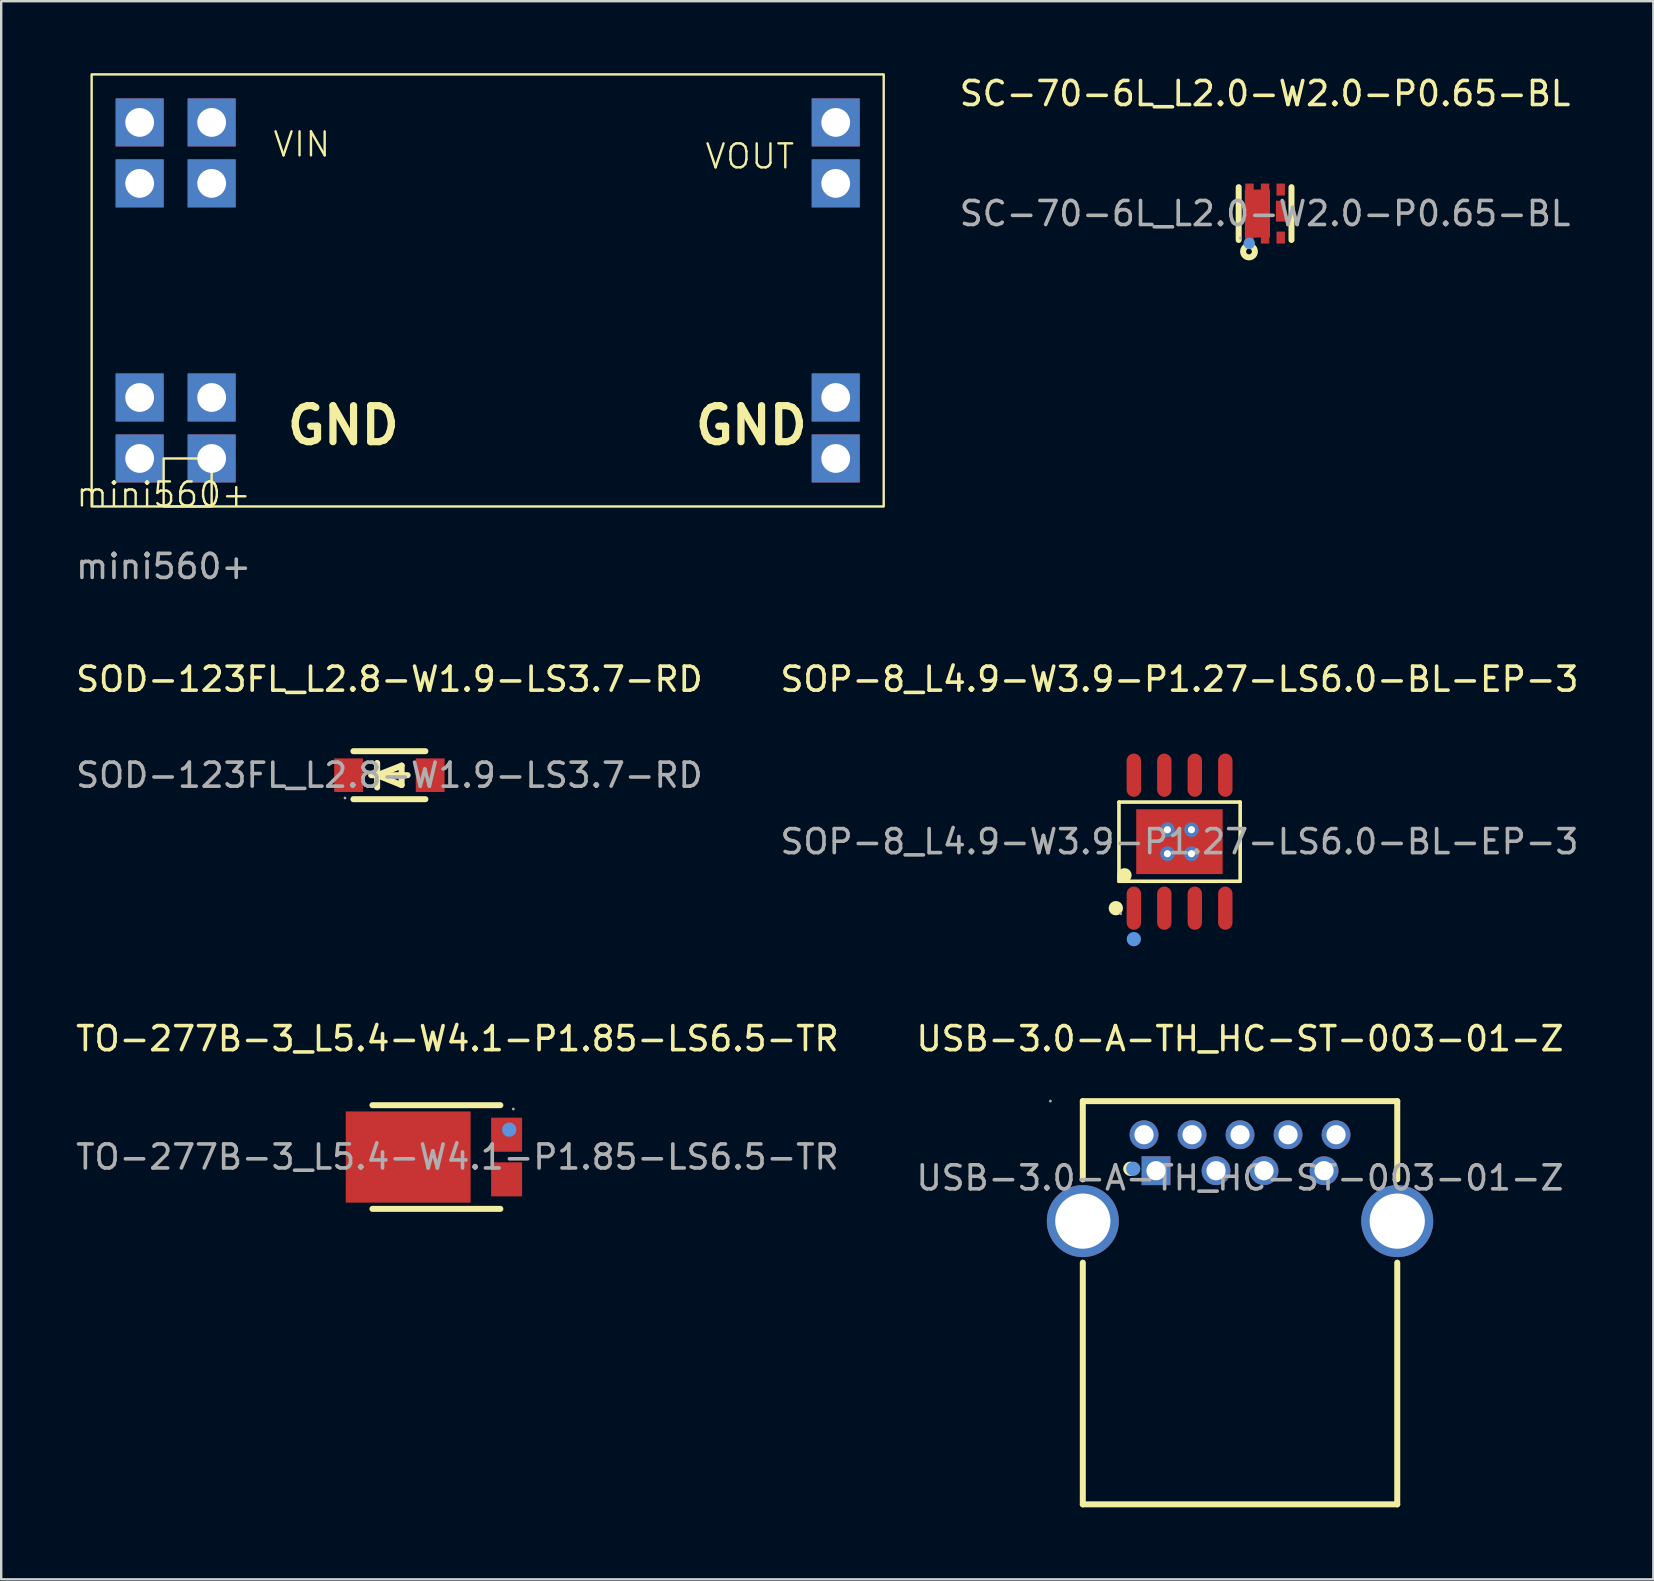
<source format=kicad_pcb>
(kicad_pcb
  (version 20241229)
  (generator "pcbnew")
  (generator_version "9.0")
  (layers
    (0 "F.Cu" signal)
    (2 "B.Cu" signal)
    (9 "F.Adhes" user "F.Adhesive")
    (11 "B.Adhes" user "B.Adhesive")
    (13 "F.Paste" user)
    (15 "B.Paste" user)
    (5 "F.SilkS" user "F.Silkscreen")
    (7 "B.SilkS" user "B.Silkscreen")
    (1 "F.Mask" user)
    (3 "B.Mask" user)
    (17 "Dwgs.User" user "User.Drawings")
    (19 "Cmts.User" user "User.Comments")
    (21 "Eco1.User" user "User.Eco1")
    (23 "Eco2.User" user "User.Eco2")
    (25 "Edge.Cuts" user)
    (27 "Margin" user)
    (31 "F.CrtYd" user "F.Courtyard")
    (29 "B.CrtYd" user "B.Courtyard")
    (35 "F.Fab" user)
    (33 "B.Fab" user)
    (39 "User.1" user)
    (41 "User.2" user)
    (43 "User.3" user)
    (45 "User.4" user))
  (footprint "mini560+"
    (layer "F.Cu")
    (at 3.768 18.05)
    (property "Reference" "mini560+" (at 0 -0.5 0) (unlocked yes) (layer "F.SilkS") (effects (font (size 1 1) (thickness 0.1))))
    (attr smd)
    (fp_rect (start -3 -18) (end 30 0) (stroke (width 0.1) (type default)) (fill no) (layer "F.SilkS"))
    (fp_rect (start 0 -2) (end 2 0) (stroke (width 0.1) (type default)) (fill no) (layer "F.SilkS"))
    (fp_text user "GND" (at 22 -2.5 0) (unlocked yes) (layer "F.SilkS") (effects (font (size 1.5 1.5) (thickness 0.3) (bold yes)) (justify left bottom)))
    (fp_text user "VOUT" (at 22.5 -14 0) (unlocked yes) (layer "F.SilkS") (effects (font (size 1 1) (thickness 0.1)) (justify left bottom)))
    (fp_text user "GND" (at 5 -2.5 0) (unlocked yes) (layer "F.SilkS") (effects (font (size 1.5 1.5) (thickness 0.3) (bold yes)) (justify left bottom)))
    (fp_text user "VIN" (at 4.5 -14.5 0) (unlocked yes) (layer "F.SilkS") (effects (font (size 1 1) (thickness 0.1)) (justify left bottom)))
    (fp_text user "${REFERENCE}" (at 0 2.5 0) (unlocked yes) (layer "F.Fab") (effects (font (size 1 1) (thickness 0.15))))
    (pad "1" thru_hole rect (at -1 -4.54) (size 2 2) (drill 1.2) (layers "*.Cu" "*.Mask"))
    (pad "1" thru_hole rect (at -1 -2) (size 2 2) (drill 1.2) (layers "*.Cu" "*.Mask"))
    (pad "1" thru_hole rect (at 2 -4.54) (size 2 2) (drill 1.2) (layers "*.Cu" "*.Mask"))
    (pad "1" thru_hole rect (at 2 -2) (size 2 2) (drill 1.2) (layers "*.Cu" "*.Mask"))
    (pad "2" thru_hole rect (at -1 -16) (size 2 2) (drill 1.2) (layers "*.Cu" "*.Mask"))
    (pad "2" thru_hole rect (at -1 -13.46) (size 2 2) (drill 1.2) (layers "*.Cu" "*.Mask"))
    (pad "2" thru_hole rect (at 2 -16) (size 2 2) (drill 1.2) (layers "*.Cu" "*.Mask"))
    (pad "2" thru_hole rect (at 2 -13.46) (size 2 2) (drill 1.2) (layers "*.Cu" "*.Mask"))
    (pad "3" thru_hole rect (at 28 -4.54) (size 2 2) (drill 1.2) (layers "*.Cu" "*.Mask"))
    (pad "3" thru_hole rect (at 28 -2) (size 2 2) (drill 1.2) (layers "*.Cu" "*.Mask"))
    (pad "4" thru_hole rect (at 28 -16) (size 2 2) (drill 1.2) (layers "*.Cu" "*.Mask"))
    (pad "4" thru_hole rect (at 28 -13.46) (size 2 2) (drill 1.2) (layers "*.Cu" "*.Mask")))
  (footprint "SOD-123FL_L2.8-W1.9-LS3.7-RD"
    (layer "F.Cu")
    (at 13.173 29.247)
    (property "Reference" "SOD-123FL_L2.8-W1.9-LS3.7-RD" (at 0 -4 0) (layer "F.SilkS") (effects (font (size 1 1) (thickness 0.15))))
    (attr smd)
    (fp_line (start -1.5 -1) (end 1.5 -1) (stroke (width 0.25) (type solid)) (layer "F.SilkS"))
    (fp_line (start -1.5 1) (end 1.5 1) (stroke (width 0.25) (type solid)) (layer "F.SilkS"))
    (fp_line (start -0.76 0) (end 0.76 0) (stroke (width 0.25) (type solid)) (layer "F.SilkS"))
    (fp_line (start -0.51 0) (end 0.51 0.41) (stroke (width 0.25) (type solid)) (layer "F.SilkS"))
    (fp_line (start -0.51 0.51) (end -0.51 -0.51) (stroke (width 0.25) (type solid)) (layer "F.SilkS"))
    (fp_line (start 0.51 -0.4) (end -0.51 0) (stroke (width 0.25) (type solid)) (layer "F.SilkS"))
    (fp_line (start 0.51 0.41) (end 0.51 -0.4) (stroke (width 0.25) (type solid)) (layer "F.SilkS"))
    (fp_circle (center -1.85 0.95) (end -1.82 0.95) (stroke (width 0.06) (type solid)) (fill no) (layer "F.Fab"))
    (fp_text user "${REFERENCE}" (at 0 0 0) (layer "F.Fab") (effects (font (size 1 1) (thickness 0.15))))
    (pad "1" smd rect (at -1.7 0) (size 1.2 1.4) (layers "F.Cu" "F.Mask" "F.Paste"))
    (pad "2" smd rect (at 1.7 0) (size 1.2 1.4) (layers "F.Cu" "F.Mask" "F.Paste")))
  (footprint "TO-277B-3_L5.4-W4.1-P1.85-LS6.5-TR"
    (layer "F.Cu")
    (at 16.006 45.155)
    (property "Reference" "TO-277B-3_L5.4-W4.1-P1.85-LS6.5-TR" (at 0 -4.93 0) (layer "F.SilkS") (effects (font (size 1 1) (thickness 0.15))))
    (attr smd)
    (fp_line (start -3.54 2.16) (end 1.79 2.16) (stroke (width 0.25) (type solid)) (layer "F.SilkS"))
    (fp_line (start 1.79 -2.16) (end -3.54 -2.16) (stroke (width 0.25) (type solid)) (layer "F.SilkS"))
    (fp_circle (center 2.16 -1.14) (end 2.31 -1.14) (stroke (width 0.3) (type solid)) (fill no) (layer "Cmts.User"))
    (fp_circle (center 2.33 -2) (end 2.36 -2) (stroke (width 0.06) (type solid)) (fill no) (layer "F.Fab"))
    (fp_text user "${REFERENCE}" (at 0 0 0) (layer "F.Fab") (effects (font (size 1 1) (thickness 0.15))))
    (pad "1" smd rect (at 2.05 -0.93) (size 1.29 1.42) (layers "F.Cu" "F.Mask" "F.Paste"))
    (pad "2" smd rect (at -2.05 0) (size 5.2 3.8) (layers "F.Cu" "F.Mask" "F.Paste"))
    (pad "3" smd rect (at 2.05 0.93) (size 1.29 1.42) (layers "F.Cu" "F.Mask" "F.Paste")))
  (footprint "USB-3.0-A-TH_HC-ST-003-01-Z"
    (layer "F.Cu")
    (at 48.613 46.025)
    (property "Reference" "USB-3.0-A-TH_HC-ST-003-01-Z" (at 0 -5.8 0) (layer "F.SilkS") (effects (font (size 1 1) (thickness 0.15))))
    (attr through_hole)
    (fp_line (start -6.55 -3.2) (end -6.55 0.06) (stroke (width 0.25) (type solid)) (layer "F.SilkS"))
    (fp_line (start -6.55 3.53) (end -6.55 13.6) (stroke (width 0.25) (type solid)) (layer "F.SilkS"))
    (fp_line (start 6.55 -3.2) (end -6.55 -3.2) (stroke (width 0.25) (type solid)) (layer "F.SilkS"))
    (fp_line (start 6.55 -3.2) (end 6.55 0.06) (stroke (width 0.25) (type solid)) (layer "F.SilkS"))
    (fp_line (start 6.55 3.53) (end 6.55 13.6) (stroke (width 0.25) (type solid)) (layer "F.SilkS"))
    (fp_line (start 6.55 13.6) (end -6.55 13.6) (stroke (width 0.25) (type solid)) (layer "F.SilkS"))
    (fp_circle (center -4.57 -0.38) (end -4.42 -0.38) (stroke (width 0.3) (type solid)) (fill no) (layer "F.SilkS"))
    (fp_circle (center -4.45 -0.38) (end -4.3 -0.38) (stroke (width 0.3) (type solid)) (fill no) (layer "Cmts.User"))
    (fp_circle (center -7.9 -3.2) (end -7.87 -3.2) (stroke (width 0.06) (type solid)) (fill no) (layer "F.Fab"))
    (fp_text user "${REFERENCE}" (at 0 0 0) (layer "F.Fab") (effects (font (size 1 1) (thickness 0.15))))
    (pad "1" thru_hole rect (at -3.5 -0.3) (size 1.2 1.2) (drill 0.8) (layers "*.Cu" "*.Mask"))
    (pad "2" thru_hole circle (at -1 -0.3) (size 1.2 1.2) (drill 0.8) (layers "*.Cu" "*.Mask"))
    (pad "3" thru_hole circle (at 1 -0.3) (size 1.2 1.2) (drill 0.8) (layers "*.Cu" "*.Mask"))
    (pad "4" thru_hole circle (at 3.5 -0.3) (size 1.2 1.2) (drill 0.8) (layers "*.Cu" "*.Mask"))
    (pad "5" thru_hole circle (at 4 -1.8) (size 1.2 1.2) (drill 0.8) (layers "*.Cu" "*.Mask"))
    (pad "6" thru_hole circle (at 2 -1.8) (size 1.2 1.2) (drill 0.8) (layers "*.Cu" "*.Mask"))
    (pad "7" thru_hole circle (at 0 -1.8) (size 1.2 1.2) (drill 0.8) (layers "*.Cu" "*.Mask"))
    (pad "8" thru_hole circle (at -2 -1.8) (size 1.2 1.2) (drill 0.8) (layers "*.Cu" "*.Mask"))
    (pad "9" thru_hole circle (at -4 -1.8) (size 1.2 1.2) (drill 0.8) (layers "*.Cu" "*.Mask"))
    (pad "10" thru_hole circle (at -6.55 1.8) (size 3 3) (drill 2.3) (layers "*.Cu" "*.Mask"))
    (pad "11" thru_hole circle (at 6.55 1.8) (size 3 3) (drill 2.3) (layers "*.Cu" "*.Mask")))
  (footprint "SC-70-6L_L2.0-W2.0-P0.65-BL"
    (layer "F.Cu")
    (at 49.657 5.848)
    (property "Reference" "SC-70-6L_L2.0-W2.0-P0.65-BL" (at 0 -5 0) (layer "F.SilkS") (effects (font (size 1 1) (thickness 0.15))))
    (attr smd)
    (fp_line (start -1.1 -1.1) (end -1.1 1.1) (stroke (width 0.25) (type solid)) (layer "F.SilkS"))
    (fp_line (start 1.1 -1.1) (end 1.1 1.1) (stroke (width 0.25) (type solid)) (layer "F.SilkS"))
    (fp_circle (center -0.67 1.58) (end -0.55 1.58) (stroke (width 0.25) (type solid)) (fill no) (layer "F.SilkS"))
    (fp_circle (center -0.66 1.24) (end -0.54 1.24) (stroke (width 0.24) (type solid)) (fill no) (layer "Cmts.User"))
    (fp_circle (center -1.03 1.02) (end -1 1.02) (stroke (width 0.06) (type solid)) (fill no) (layer "F.Fab"))
    (fp_text user "${REFERENCE}" (at 0 0 0) (layer "F.Fab") (effects (font (size 1 1) (thickness 0.15))))
    (pad "1" smd rect (at -0.65 1) (size 0.35 0.5) (layers "F.Cu" "F.Mask" "F.Paste"))
    (pad "2" smd rect (at 0 1) (size 0.35 0.5) (layers "F.Cu" "F.Mask" "F.Paste"))
    (pad "3" smd rect (at 0.65 1) (size 0.35 0.5) (layers "F.Cu" "F.Mask" "F.Paste"))
    (pad "4" smd rect (at 0.65 -1) (size 0.35 0.5) (layers "F.Cu" "F.Mask" "F.Paste"))
    (pad "5" smd rect (at 0 -1) (size 0.35 0.5) (layers "F.Cu" "F.Mask" "F.Paste"))
    (pad "6" smd rect (at -0.65 -1) (size 0.35 0.5) (layers "F.Cu" "F.Mask" "F.Paste"))
    (pad "7" smd rect (at 0.65 -0.1 270) (size 0.87 0.4) (layers "F.Cu" "F.Mask" "F.Paste"))
    (pad "8" smd rect (at -0.32 0 270) (size 2 1.05) (layers "F.Cu" "F.Mask" "F.Paste")))
  (footprint "SOP-8_L4.9-W3.9-P1.27-LS6.0-BL-EP-3"
    (layer "F.Cu")
    (at 46.089 32.017)
    (property "Reference" "SOP-8_L4.9-W3.9-P1.27-LS6.0-BL-EP-3" (at 0 -6.77 0) (layer "F.SilkS") (effects (font (size 1 1) (thickness 0.15))))
    (attr smd)
    (fp_line (start -2.52 -1.65) (end 2.53 -1.65) (stroke (width 0.15) (type solid)) (layer "F.SilkS"))
    (fp_line (start -2.52 1.53) (end -2.52 -1.65) (stroke (width 0.15) (type solid)) (layer "F.SilkS"))
    (fp_line (start -2.52 1.65) (end -2.52 1.53) (stroke (width 0.15) (type solid)) (layer "F.SilkS"))
    (fp_line (start 2.53 -1.65) (end 2.53 1.65) (stroke (width 0.15) (type solid)) (layer "F.SilkS"))
    (fp_line (start 2.53 1.65) (end -2.52 1.65) (stroke (width 0.15) (type solid)) (layer "F.SilkS"))
    (fp_circle (center -2.65 2.77) (end -2.5 2.77) (stroke (width 0.3) (type solid)) (fill no) (layer "F.SilkS"))
    (fp_circle (center -2.29 1.4) (end -2.14 1.4) (stroke (width 0.3) (type solid)) (fill no) (layer "F.SilkS"))
    (fp_circle (center -1.9 4.06) (end -1.75 4.06) (stroke (width 0.3) (type solid)) (fill no) (layer "Cmts.User"))
    (fp_circle (center -2.45 3) (end -2.42 3) (stroke (width 0.06) (type solid)) (fill no) (layer "F.Fab"))
    (fp_text user "${REFERENCE}" (at 0 0 0) (layer "F.Fab") (effects (font (size 1 1) (thickness 0.15))))
    (pad "1" smd oval (at -1.9 2.77) (size 0.6 1.8) (layers "F.Cu" "F.Mask" "F.Paste"))
    (pad "2" smd oval (at -0.63 2.77) (size 0.6 1.8) (layers "F.Cu" "F.Mask" "F.Paste"))
    (pad "3" smd oval (at 0.64 2.77) (size 0.6 1.8) (layers "F.Cu" "F.Mask" "F.Paste"))
    (pad "4" smd oval (at 1.91 2.77) (size 0.6 1.8) (layers "F.Cu" "F.Mask" "F.Paste"))
    (pad "5" smd oval (at 1.91 -2.77) (size 0.6 1.8) (layers "F.Cu" "F.Mask" "F.Paste"))
    (pad "6" smd oval (at 0.64 -2.77) (size 0.6 1.8) (layers "F.Cu" "F.Mask" "F.Paste"))
    (pad "7" smd oval (at -0.63 -2.77) (size 0.6 1.8) (layers "F.Cu" "F.Mask" "F.Paste"))
    (pad "8" smd oval (at -1.9 -2.77) (size 0.6 1.8) (layers "F.Cu" "F.Mask" "F.Paste"))
    (pad "9" thru_hole circle (at -0.5 -0.5) (size 0.61 0.61) (drill 0.3) (layers "*.Cu" "*.Paste" "*.Mask"))
    (pad "9" thru_hole circle (at -0.5 0.5) (size 0.61 0.61) (drill 0.3) (layers "*.Cu" "*.Paste" "*.Mask"))
    (pad "9" smd rect (at 0 0) (size 3.6 2.7) (layers "F.Cu" "F.Mask" "F.Paste"))
    (pad "9" thru_hole circle (at 0.5 -0.5) (size 0.61 0.61) (drill 0.3) (layers "*.Cu" "*.Paste" "*.Mask"))
    (pad "9" thru_hole circle (at 0.5 0.5) (size 0.61 0.61) (drill 0.3) (layers "*.Cu" "*.Paste" "*.Mask")))
  (gr_rect
    (start -3 -3)
    (end 65.833 62.75)
    (stroke (width 0.1) (type default))
    (fill no)
    (layer "Edge.Cuts")))
</source>
